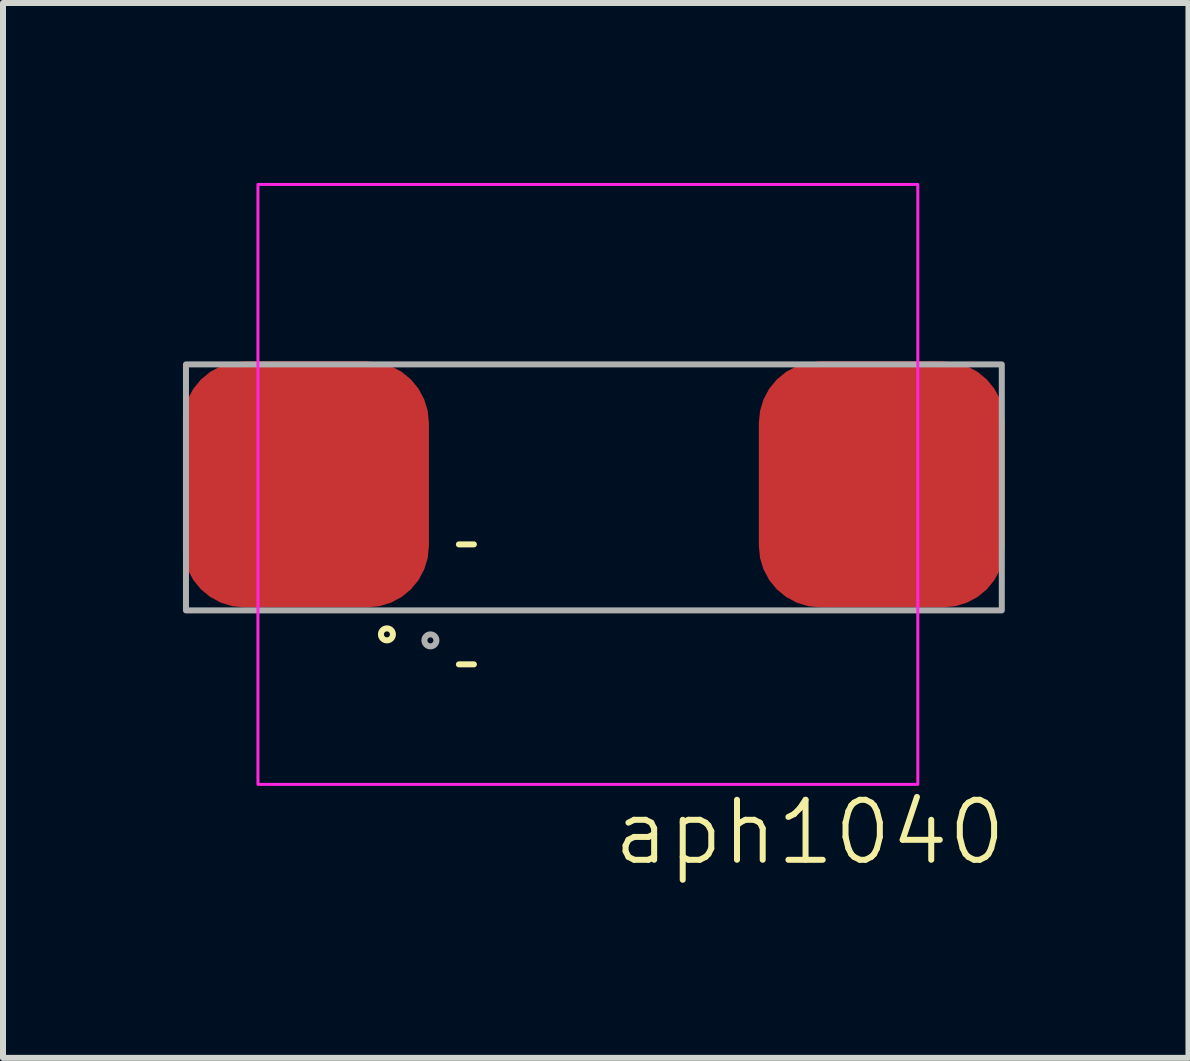
<source format=kicad_pcb>
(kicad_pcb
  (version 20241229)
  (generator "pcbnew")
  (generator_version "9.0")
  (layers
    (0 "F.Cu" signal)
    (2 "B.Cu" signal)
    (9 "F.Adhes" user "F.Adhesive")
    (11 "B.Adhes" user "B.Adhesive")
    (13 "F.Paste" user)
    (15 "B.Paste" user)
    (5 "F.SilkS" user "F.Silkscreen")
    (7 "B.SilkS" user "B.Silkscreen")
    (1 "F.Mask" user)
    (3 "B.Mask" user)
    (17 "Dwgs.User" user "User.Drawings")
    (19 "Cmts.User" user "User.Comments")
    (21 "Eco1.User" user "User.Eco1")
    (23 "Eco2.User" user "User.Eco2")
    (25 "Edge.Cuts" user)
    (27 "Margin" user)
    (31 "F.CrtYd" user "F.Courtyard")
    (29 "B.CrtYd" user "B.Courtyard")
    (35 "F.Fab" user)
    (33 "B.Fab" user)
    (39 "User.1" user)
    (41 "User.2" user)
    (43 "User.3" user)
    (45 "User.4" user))
  (footprint "aph1040"
    (layer "F.Cu")
    (at 3.45 8.225)
    (property "Reference" "aph1040" (at 7 2.6 0) (unlocked yes) (layer "F.SilkS") (effects (font (size 1 1) (thickness 0.1))))
    (attr smd)
    (fp_line (start 1.15 -2.2) (end 1.4 -2.2) (stroke (width 0.1) (type solid)) (layer "F.SilkS"))
    (fp_line (start 1.15 -0.2) (end 1.4 -0.2) (stroke (width 0.1) (type solid)) (layer "F.SilkS"))
    (fp_circle (center -0.05 -0.7) (end 0.05 -0.7) (stroke (width 0.1) (type solid)) (fill no) (layer "F.SilkS"))
    (fp_rect (start -2.2 -8.2) (end 8.8 1.8) (stroke (width 0.05) (type default)) (fill no) (layer "F.CrtYd"))
    (fp_rect (start -3.4 -5.2) (end 10.2 -1.1) (stroke (width 0.1) (type solid)) (fill no) (layer "F.Fab"))
    (fp_circle (center 0.675 -0.6) (end 0.675 -0.5) (stroke (width 0.1) (type solid)) (fill no) (layer "F.Fab"))
    (pad "1" smd roundrect (at 8.2 -3.2) (size 4.1 4.1) (layers "F.Cu" "F.Mask" "F.Paste") (roundrect_rratio 0.25))
    (pad "2" smd roundrect (at -1.4 -3.2) (size 4.1 4.1) (layers "F.Cu" "F.Mask" "F.Paste") (roundrect_rratio 0.25)))
  (gr_rect
    (start -3 -3)
    (end 16.762 14.585)
    (stroke (width 0.1) (type default))
    (fill no)
    (layer "Edge.Cuts")))
</source>
